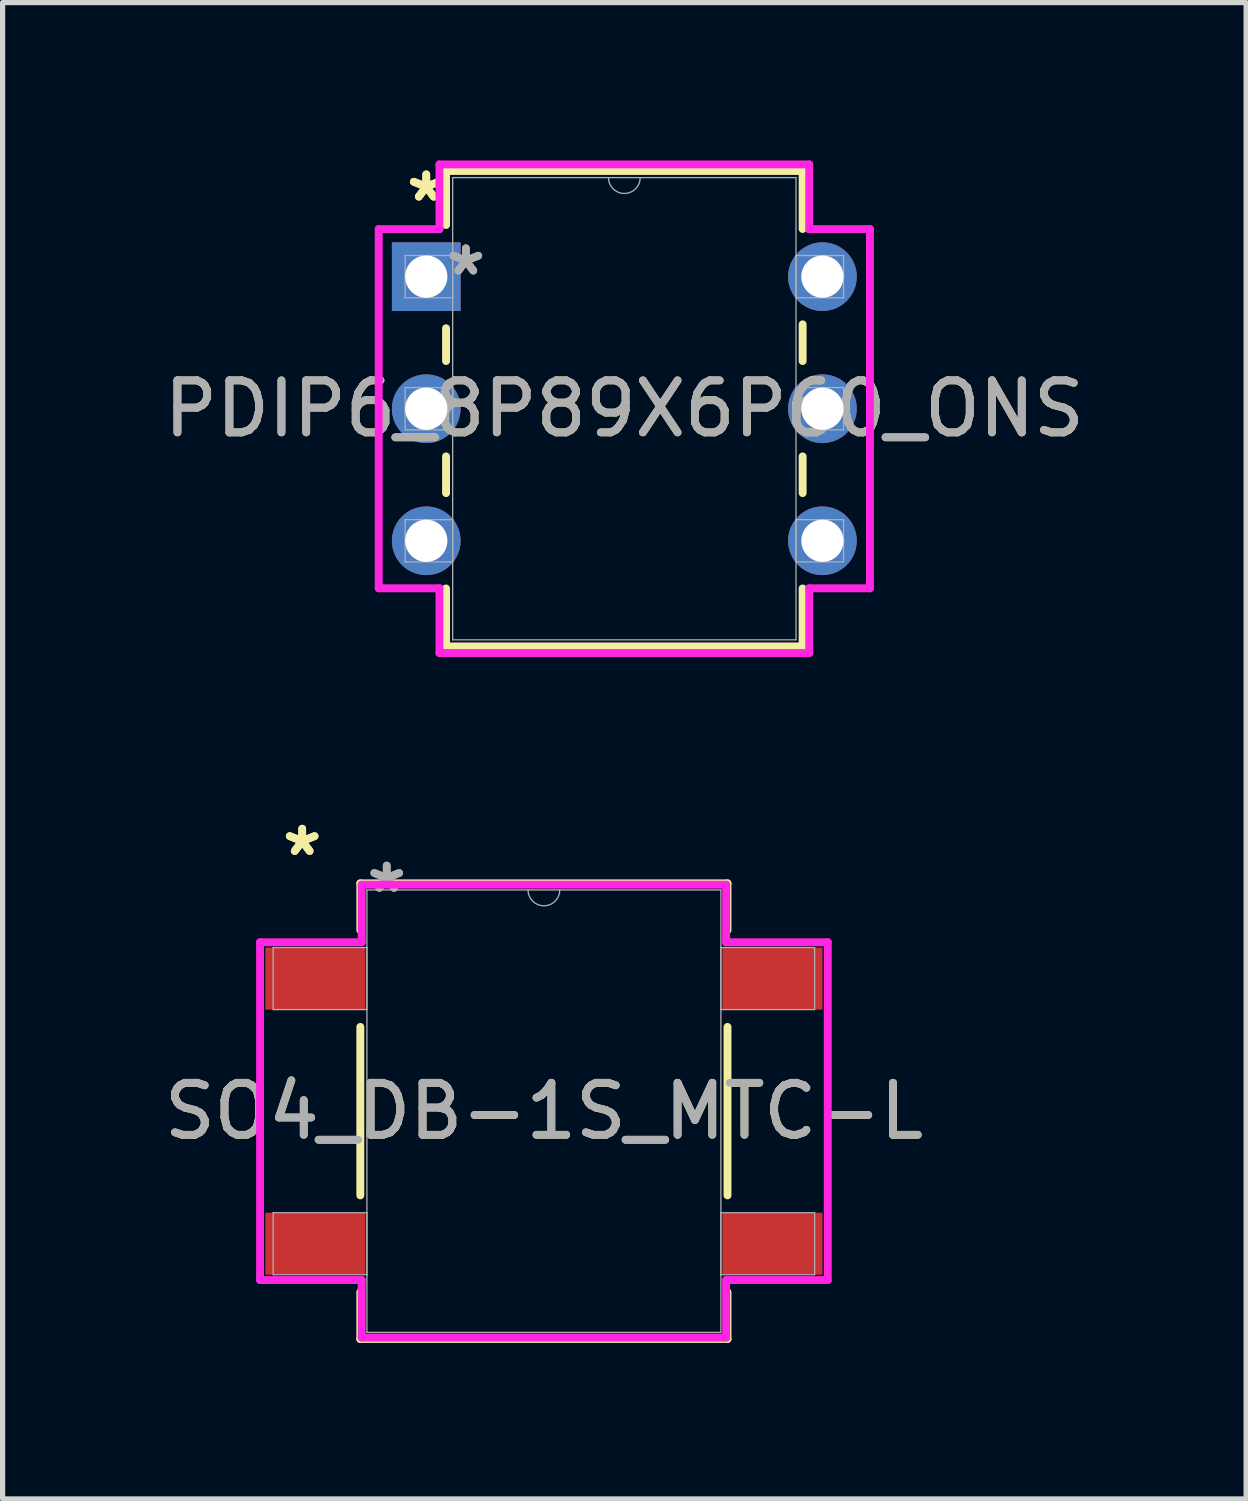
<source format=kicad_pcb>
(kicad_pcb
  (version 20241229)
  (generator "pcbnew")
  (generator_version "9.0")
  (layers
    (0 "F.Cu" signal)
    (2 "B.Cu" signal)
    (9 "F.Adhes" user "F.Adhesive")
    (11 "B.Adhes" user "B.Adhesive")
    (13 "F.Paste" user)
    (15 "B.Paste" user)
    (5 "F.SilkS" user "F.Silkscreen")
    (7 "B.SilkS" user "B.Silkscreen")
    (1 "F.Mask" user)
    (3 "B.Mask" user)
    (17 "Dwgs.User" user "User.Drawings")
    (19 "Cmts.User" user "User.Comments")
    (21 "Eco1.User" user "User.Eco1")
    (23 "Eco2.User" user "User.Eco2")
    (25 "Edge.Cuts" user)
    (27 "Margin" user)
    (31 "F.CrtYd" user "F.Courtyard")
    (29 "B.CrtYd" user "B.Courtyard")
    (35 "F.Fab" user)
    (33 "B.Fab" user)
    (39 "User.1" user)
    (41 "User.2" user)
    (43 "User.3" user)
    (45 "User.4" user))
  (footprint "SO4_DB-1S_MTC-L"
    (layer "F.Cu")
    (at 7.411 18.321)
    (property "Reference" "SO4_DB-1S_MTC-L" (at 0 0 0) (unlocked yes) (layer "F.SilkS") (effects (font (size 1 1) (thickness 0.15))))
    (attr smd)
    (fp_line (start -3.531 -4.381) (end -3.531 -3.48) (stroke (width 0.152) (type solid)) (layer "F.SilkS"))
    (fp_line (start -3.531 -1.62) (end -3.531 1.62) (stroke (width 0.152) (type solid)) (layer "F.SilkS"))
    (fp_line (start -3.531 3.48) (end -3.531 4.381) (stroke (width 0.152) (type solid)) (layer "F.SilkS"))
    (fp_line (start -3.531 4.381) (end 3.531 4.381) (stroke (width 0.152) (type solid)) (layer "F.SilkS"))
    (fp_line (start 3.531 -4.381) (end -3.531 -4.381) (stroke (width 0.152) (type solid)) (layer "F.SilkS"))
    (fp_line (start 3.531 -3.48) (end 3.531 -4.381) (stroke (width 0.152) (type solid)) (layer "F.SilkS"))
    (fp_line (start 3.531 1.62) (end 3.531 -1.62) (stroke (width 0.152) (type solid)) (layer "F.SilkS"))
    (fp_line (start 3.531 4.381) (end 3.531 3.48) (stroke (width 0.152) (type solid)) (layer "F.SilkS"))
    (fp_line (start -5.459 -3.248) (end -3.505 -3.248) (stroke (width 0.152) (type solid)) (layer "F.CrtYd"))
    (fp_line (start -5.459 3.248) (end -5.459 -3.248) (stroke (width 0.152) (type solid)) (layer "F.CrtYd"))
    (fp_line (start -5.459 3.248) (end -3.505 3.248) (stroke (width 0.152) (type solid)) (layer "F.CrtYd"))
    (fp_line (start -3.505 -4.356) (end 3.505 -4.356) (stroke (width 0.152) (type solid)) (layer "F.CrtYd"))
    (fp_line (start -3.505 -3.248) (end -3.505 -4.356) (stroke (width 0.152) (type solid)) (layer "F.CrtYd"))
    (fp_line (start -3.505 4.356) (end -3.505 3.248) (stroke (width 0.152) (type solid)) (layer "F.CrtYd"))
    (fp_line (start 3.505 -4.356) (end 3.505 -3.248) (stroke (width 0.152) (type solid)) (layer "F.CrtYd"))
    (fp_line (start 3.505 3.248) (end 3.505 4.356) (stroke (width 0.152) (type solid)) (layer "F.CrtYd"))
    (fp_line (start 3.505 4.356) (end -3.505 4.356) (stroke (width 0.152) (type solid)) (layer "F.CrtYd"))
    (fp_line (start 5.459 -3.248) (end 3.505 -3.248) (stroke (width 0.152) (type solid)) (layer "F.CrtYd"))
    (fp_line (start 5.459 -3.248) (end 5.459 3.248) (stroke (width 0.152) (type solid)) (layer "F.CrtYd"))
    (fp_line (start 5.459 3.248) (end 3.505 3.248) (stroke (width 0.152) (type solid)) (layer "F.CrtYd"))
    (fp_line (start -5.207 -3.147) (end -5.207 -1.953) (stroke (width 0.025) (type solid)) (layer "F.Fab"))
    (fp_line (start -5.207 -1.953) (end -3.404 -1.953) (stroke (width 0.025) (type solid)) (layer "F.Fab"))
    (fp_line (start -5.207 1.953) (end -5.207 3.147) (stroke (width 0.025) (type solid)) (layer "F.Fab"))
    (fp_line (start -5.207 3.147) (end -3.404 3.147) (stroke (width 0.025) (type solid)) (layer "F.Fab"))
    (fp_line (start -3.404 -4.255) (end -3.404 4.255) (stroke (width 0.025) (type solid)) (layer "F.Fab"))
    (fp_line (start -3.404 -3.147) (end -5.207 -3.147) (stroke (width 0.025) (type solid)) (layer "F.Fab"))
    (fp_line (start -3.404 -1.953) (end -3.404 -3.147) (stroke (width 0.025) (type solid)) (layer "F.Fab"))
    (fp_line (start -3.404 1.953) (end -5.207 1.953) (stroke (width 0.025) (type solid)) (layer "F.Fab"))
    (fp_line (start -3.404 3.147) (end -3.404 1.953) (stroke (width 0.025) (type solid)) (layer "F.Fab"))
    (fp_line (start -3.404 4.255) (end 3.404 4.255) (stroke (width 0.025) (type solid)) (layer "F.Fab"))
    (fp_line (start 3.404 -4.255) (end -3.404 -4.255) (stroke (width 0.025) (type solid)) (layer "F.Fab"))
    (fp_line (start 3.404 -3.147) (end 3.404 -1.953) (stroke (width 0.025) (type solid)) (layer "F.Fab"))
    (fp_line (start 3.404 -1.953) (end 5.207 -1.953) (stroke (width 0.025) (type solid)) (layer "F.Fab"))
    (fp_line (start 3.404 1.953) (end 3.404 3.147) (stroke (width 0.025) (type solid)) (layer "F.Fab"))
    (fp_line (start 3.404 3.147) (end 5.207 3.147) (stroke (width 0.025) (type solid)) (layer "F.Fab"))
    (fp_line (start 3.404 4.255) (end 3.404 -4.255) (stroke (width 0.025) (type solid)) (layer "F.Fab"))
    (fp_line (start 5.207 -3.147) (end 3.404 -3.147) (stroke (width 0.025) (type solid)) (layer "F.Fab"))
    (fp_line (start 5.207 -1.953) (end 5.207 -3.147) (stroke (width 0.025) (type solid)) (layer "F.Fab"))
    (fp_line (start 5.207 1.953) (end 3.404 1.953) (stroke (width 0.025) (type solid)) (layer "F.Fab"))
    (fp_line (start 5.207 3.147) (end 5.207 1.953) (stroke (width 0.025) (type solid)) (layer "F.Fab"))
    (fp_arc (start 0.3048 -4.2545) (mid 0 -3.9497) (end -0.3048 -4.2545) (stroke (width 0.0254) (type solid)) (layer "F.Fab"))
    (fp_text user "*" (at -4.649 -4.887 0) (unlocked yes) (layer "F.SilkS") (effects (font (size 1 1) (thickness 0.15))))
    (fp_text user "*" (at -4.649 -4.887 0) (layer "F.SilkS") (effects (font (size 1 1) (thickness 0.15))))
    (fp_text user "${REFERENCE}" (at 0 0 0) (unlocked yes) (layer "F.Fab") (effects (font (size 1 1) (thickness 0.15))))
    (fp_text user "*" (at -3.023 -4.178 0) (unlocked yes) (layer "F.Fab") (effects (font (size 1 1) (thickness 0.15))))
    (fp_text user "*" (at -3.023 -4.178 0) (layer "F.Fab") (effects (font (size 1 1) (thickness 0.15))))
    (pad "1" smd rect (at -4.395 -2.55) (size 1.924 1.194) (layers "F.Cu" "F.Mask" "F.Paste"))
    (pad "2" smd rect (at -4.395 2.55) (size 1.924 1.194) (layers "F.Cu" "F.Mask" "F.Paste"))
    (pad "3" smd rect (at 4.395 2.55) (size 1.924 1.194) (layers "F.Cu" "F.Mask" "F.Paste"))
    (pad "4" smd rect (at 4.395 -2.55) (size 1.924 1.194) (layers "F.Cu" "F.Mask" "F.Paste")))
  (footprint "PDIP6_8P89X6P60_ONS"
    (layer "F.Cu")
    (at 5.148 2.271)
    (property "Reference" "PDIP6_8P89X6P60_ONS" (at 3.81 2.54 0) (unlocked yes) (layer "F.SilkS") (effects (font (size 1 1) (thickness 0.15))))
    (attr through_hole)
    (fp_line (start 0.381 -2.032) (end 0.381 -0.993) (stroke (width 0.152) (type solid)) (layer "F.SilkS"))
    (fp_line (start 0.381 0.993) (end 0.381 1.623) (stroke (width 0.152) (type solid)) (layer "F.SilkS"))
    (fp_line (start 0.381 3.457) (end 0.381 4.163) (stroke (width 0.152) (type solid)) (layer "F.SilkS"))
    (fp_line (start 0.381 5.997) (end 0.381 7.112) (stroke (width 0.152) (type solid)) (layer "F.SilkS"))
    (fp_line (start 0.381 7.112) (end 7.239 7.112) (stroke (width 0.152) (type solid)) (layer "F.SilkS"))
    (fp_line (start 7.239 -2.032) (end 0.381 -2.032) (stroke (width 0.152) (type solid)) (layer "F.SilkS"))
    (fp_line (start 7.239 -0.917) (end 7.239 -2.032) (stroke (width 0.152) (type solid)) (layer "F.SilkS"))
    (fp_line (start 7.239 1.623) (end 7.239 0.917) (stroke (width 0.152) (type solid)) (layer "F.SilkS"))
    (fp_line (start 7.239 4.163) (end 7.239 3.457) (stroke (width 0.152) (type solid)) (layer "F.SilkS"))
    (fp_line (start 7.239 7.112) (end 7.239 5.997) (stroke (width 0.152) (type solid)) (layer "F.SilkS"))
    (fp_line (start -0.914 -0.914) (end 0.254 -0.914) (stroke (width 0.152) (type solid)) (layer "F.CrtYd"))
    (fp_line (start -0.914 5.994) (end -0.914 -0.914) (stroke (width 0.152) (type solid)) (layer "F.CrtYd"))
    (fp_line (start 0.254 -2.159) (end 7.366 -2.159) (stroke (width 0.152) (type solid)) (layer "F.CrtYd"))
    (fp_line (start 0.254 -0.914) (end 0.254 -2.159) (stroke (width 0.152) (type solid)) (layer "F.CrtYd"))
    (fp_line (start 0.254 5.994) (end -0.914 5.994) (stroke (width 0.152) (type solid)) (layer "F.CrtYd"))
    (fp_line (start 0.254 7.239) (end 0.254 5.994) (stroke (width 0.152) (type solid)) (layer "F.CrtYd"))
    (fp_line (start 7.366 -2.159) (end 7.366 -0.914) (stroke (width 0.152) (type solid)) (layer "F.CrtYd"))
    (fp_line (start 7.366 5.994) (end 7.366 7.239) (stroke (width 0.152) (type solid)) (layer "F.CrtYd"))
    (fp_line (start 7.366 7.239) (end 0.254 7.239) (stroke (width 0.152) (type solid)) (layer "F.CrtYd"))
    (fp_line (start 8.534 -0.914) (end 7.366 -0.914) (stroke (width 0.152) (type solid)) (layer "F.CrtYd"))
    (fp_line (start 8.534 -0.914) (end 8.534 5.994) (stroke (width 0.152) (type solid)) (layer "F.CrtYd"))
    (fp_line (start 8.534 5.994) (end 7.366 5.994) (stroke (width 0.152) (type solid)) (layer "F.CrtYd"))
    (fp_line (start -0.406 -0.406) (end -0.406 0.406) (stroke (width 0.025) (type solid)) (layer "F.Fab"))
    (fp_line (start -0.406 0.406) (end 0.508 0.406) (stroke (width 0.025) (type solid)) (layer "F.Fab"))
    (fp_line (start -0.406 2.134) (end -0.406 2.946) (stroke (width 0.025) (type solid)) (layer "F.Fab"))
    (fp_line (start -0.406 2.946) (end 0.508 2.946) (stroke (width 0.025) (type solid)) (layer "F.Fab"))
    (fp_line (start -0.406 4.674) (end -0.406 5.486) (stroke (width 0.025) (type solid)) (layer "F.Fab"))
    (fp_line (start -0.406 5.486) (end 0.508 5.486) (stroke (width 0.025) (type solid)) (layer "F.Fab"))
    (fp_line (start 0.508 -1.905) (end 0.508 6.985) (stroke (width 0.025) (type solid)) (layer "F.Fab"))
    (fp_line (start 0.508 -0.406) (end -0.406 -0.406) (stroke (width 0.025) (type solid)) (layer "F.Fab"))
    (fp_line (start 0.508 0.406) (end 0.508 -0.406) (stroke (width 0.025) (type solid)) (layer "F.Fab"))
    (fp_line (start 0.508 2.134) (end -0.406 2.134) (stroke (width 0.025) (type solid)) (layer "F.Fab"))
    (fp_line (start 0.508 2.946) (end 0.508 2.134) (stroke (width 0.025) (type solid)) (layer "F.Fab"))
    (fp_line (start 0.508 4.674) (end -0.406 4.674) (stroke (width 0.025) (type solid)) (layer "F.Fab"))
    (fp_line (start 0.508 5.486) (end 0.508 4.674) (stroke (width 0.025) (type solid)) (layer "F.Fab"))
    (fp_line (start 0.508 6.985) (end 7.112 6.985) (stroke (width 0.025) (type solid)) (layer "F.Fab"))
    (fp_line (start 7.112 -1.905) (end 0.508 -1.905) (stroke (width 0.025) (type solid)) (layer "F.Fab"))
    (fp_line (start 7.112 -0.406) (end 7.112 0.406) (stroke (width 0.025) (type solid)) (layer "F.Fab"))
    (fp_line (start 7.112 0.406) (end 8.026 0.406) (stroke (width 0.025) (type solid)) (layer "F.Fab"))
    (fp_line (start 7.112 2.134) (end 7.112 2.946) (stroke (width 0.025) (type solid)) (layer "F.Fab"))
    (fp_line (start 7.112 2.946) (end 8.026 2.946) (stroke (width 0.025) (type solid)) (layer "F.Fab"))
    (fp_line (start 7.112 4.674) (end 7.112 5.486) (stroke (width 0.025) (type solid)) (layer "F.Fab"))
    (fp_line (start 7.112 5.486) (end 8.026 5.486) (stroke (width 0.025) (type solid)) (layer "F.Fab"))
    (fp_line (start 7.112 6.985) (end 7.112 -1.905) (stroke (width 0.025) (type solid)) (layer "F.Fab"))
    (fp_line (start 8.026 -0.406) (end 7.112 -0.406) (stroke (width 0.025) (type solid)) (layer "F.Fab"))
    (fp_line (start 8.026 0.406) (end 8.026 -0.406) (stroke (width 0.025) (type solid)) (layer "F.Fab"))
    (fp_line (start 8.026 2.134) (end 7.112 2.134) (stroke (width 0.025) (type solid)) (layer "F.Fab"))
    (fp_line (start 8.026 2.946) (end 8.026 2.134) (stroke (width 0.025) (type solid)) (layer "F.Fab"))
    (fp_line (start 8.026 4.674) (end 7.112 4.674) (stroke (width 0.025) (type solid)) (layer "F.Fab"))
    (fp_line (start 8.026 5.486) (end 8.026 4.674) (stroke (width 0.025) (type solid)) (layer "F.Fab"))
    (fp_arc (start 4.1148 -1.905) (mid 3.81 -1.6002) (end 3.5052 -1.905) (stroke (width 0.0254) (type solid)) (layer "F.Fab"))
    (fp_text user "*" (at 0 -1.422 0) (unlocked yes) (layer "F.SilkS") (effects (font (size 1 1) (thickness 0.15))))
    (fp_text user "*" (at 0 -1.422 0) (layer "F.SilkS") (effects (font (size 1 1) (thickness 0.15))))
    (fp_text user "*" (at 0.762 0 0) (unlocked yes) (layer "F.Fab") (effects (font (size 1 1) (thickness 0.15))))
    (fp_text user "*" (at 0.762 0 0) (layer "F.Fab") (effects (font (size 1 1) (thickness 0.15))))
    (fp_text user "${REFERENCE}" (at 3.81 2.54 0) (unlocked yes) (layer "F.Fab") (effects (font (size 1 1) (thickness 0.15))))
    (pad "1" thru_hole rect (at 0 0) (size 1.321 1.321) (drill 0.813) (layers "*.Cu" "*.Mask"))
    (pad "2" thru_hole circle (at 0 2.54) (size 1.321 1.321) (drill 0.813) (layers "*.Cu" "*.Mask"))
    (pad "3" thru_hole circle (at 0 5.08) (size 1.321 1.321) (drill 0.813) (layers "*.Cu" "*.Mask"))
    (pad "4" thru_hole circle (at 7.62 5.08) (size 1.321 1.321) (drill 0.813) (layers "*.Cu" "*.Mask"))
    (pad "5" thru_hole circle (at 7.62 2.54) (size 1.321 1.321) (drill 0.813) (layers "*.Cu" "*.Mask"))
    (pad "6" thru_hole circle (at 7.62 0) (size 1.321 1.321) (drill 0.813) (layers "*.Cu" "*.Mask")))
  (gr_rect
    (start -3 -3)
    (end 20.917 25.779)
    (stroke (width 0.1) (type default))
    (fill no)
    (layer "Edge.Cuts")))
</source>
